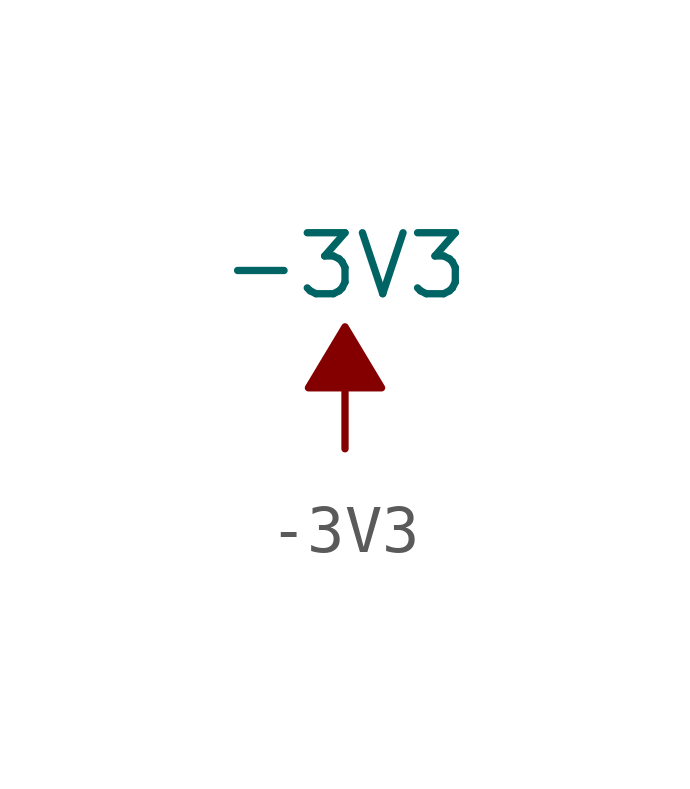
<source format=kicad_sym>
(kicad_symbol_lib
  (version 20220914)
  (generator kicad_symbol_editor)
  (symbol "-3V3"
    (power)
    (pin_names
      (offset 0))
    (property "Reference" "#PWR"
      (at 0 2.54 0)
      (effects (font (size 1.27 1.27)) hide))
    (property "Value" "-3V3"
      (at 0 3.81 0)
      (effects (font (size 1.27 1.27))))
    (symbol "-3V3_0_0"
      (pin power_in line (at 0 0 90) (length 0) hide (name "-3V3" (effects (font (size 1.27 1.27)))) (number "1" (effects (font (size 1.27 1.27))))))
    (symbol "-3V3_0_1"
      (polyline (pts (xy 0 0) (xy 0 1.27) (xy 0.762 1.27) (xy 0 2.54) (xy -0.762 1.27) (xy 0 1.27)) (stroke (width 0) (type default)) (fill (type outline))))))
</source>
